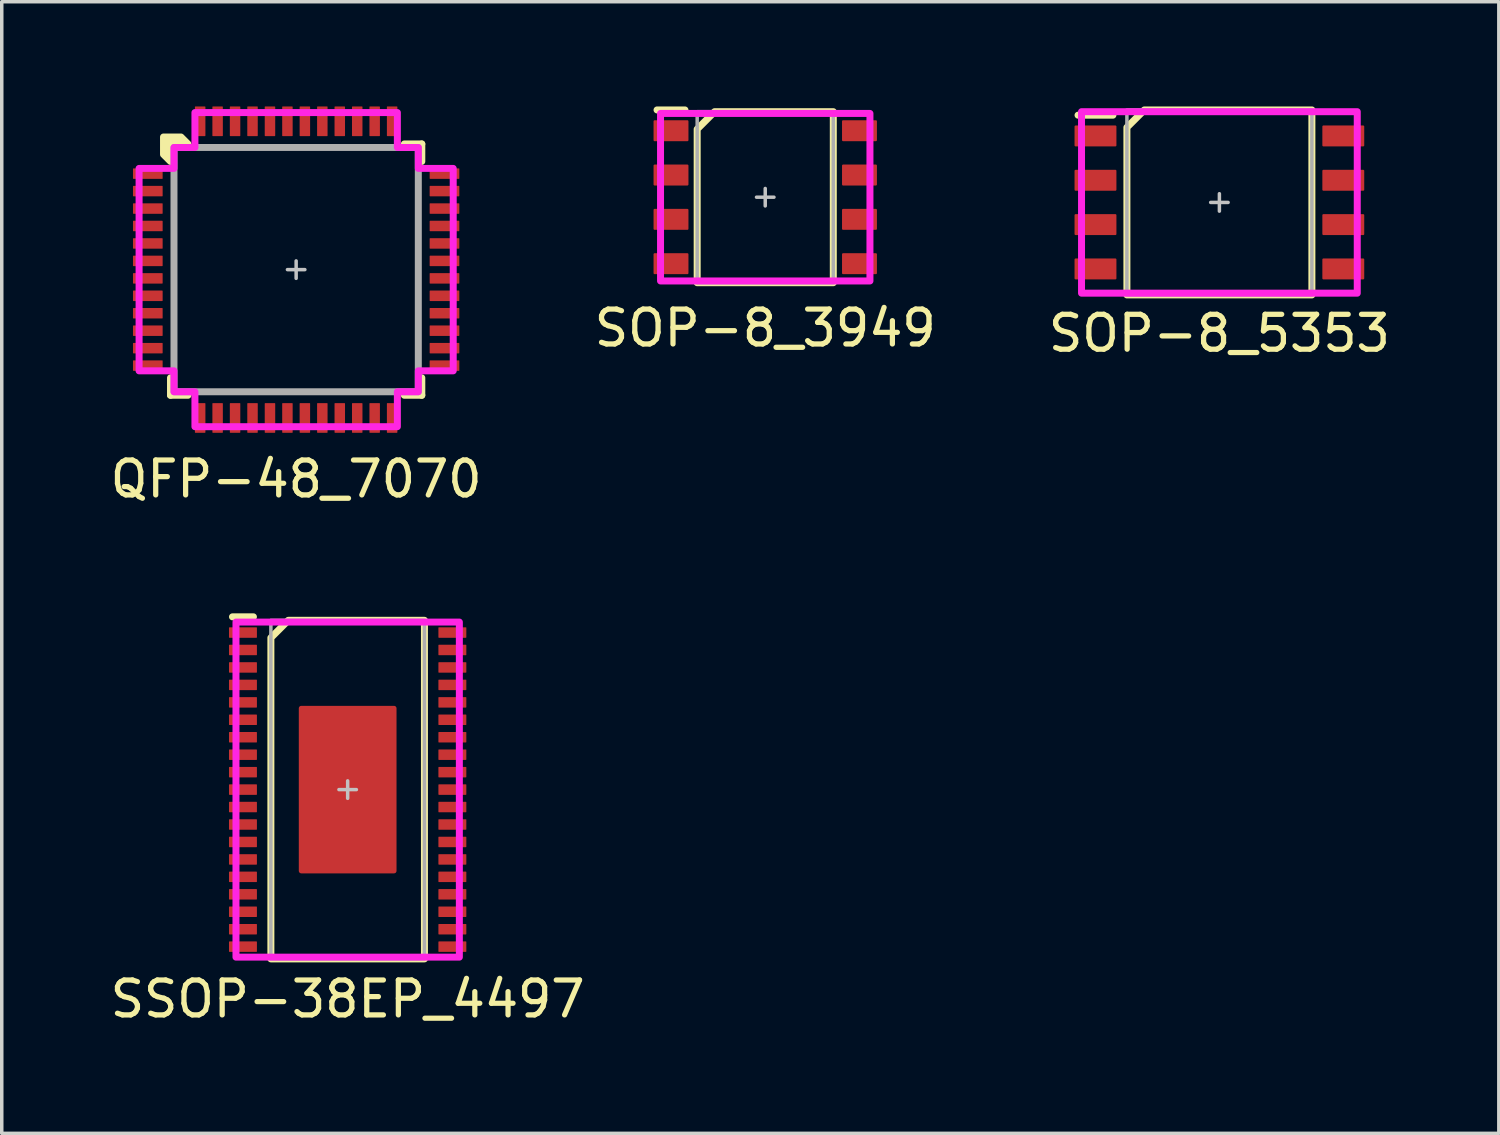
<source format=kicad_pcb>
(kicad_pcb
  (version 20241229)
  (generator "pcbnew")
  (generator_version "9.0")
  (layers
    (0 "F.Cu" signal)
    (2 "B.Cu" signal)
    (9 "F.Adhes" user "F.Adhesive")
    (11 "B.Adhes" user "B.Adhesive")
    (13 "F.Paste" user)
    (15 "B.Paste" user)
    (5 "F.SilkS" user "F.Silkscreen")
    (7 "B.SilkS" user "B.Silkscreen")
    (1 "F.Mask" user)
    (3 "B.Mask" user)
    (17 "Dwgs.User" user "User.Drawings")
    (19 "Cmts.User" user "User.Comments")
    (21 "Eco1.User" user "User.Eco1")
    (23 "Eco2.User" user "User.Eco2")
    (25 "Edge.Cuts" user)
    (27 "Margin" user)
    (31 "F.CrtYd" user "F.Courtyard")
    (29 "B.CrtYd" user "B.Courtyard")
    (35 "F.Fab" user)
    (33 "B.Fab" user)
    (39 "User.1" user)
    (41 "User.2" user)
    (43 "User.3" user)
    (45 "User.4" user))
  (footprint "SSOP-38EP_4497"
    (layer "F.Cu")
    (at 6.911 19.573)
    (property "Reference" "SSOP-38EP_4497" (at 0 6 0) (unlocked yes) (layer "F.SilkS") (effects (font (size 1 1) (thickness 0.15))))
    (attr smd)
    (fp_line (start -2.7 -4.95) (end -3.3 -4.95) (stroke (width 0.2) (type solid)) (layer "F.SilkS"))
    (fp_poly (pts (xy 2.2 4.85) (xy -2.2 4.85) (xy -2.2 -4.35) (xy -1.7 -4.85) (xy 2.2 -4.85)) (stroke (width 0.2) (type solid)) (fill no) (layer "F.SilkS"))
    (fp_rect (start -1.25 -2.25) (end -0.15 -1.35) (stroke (width 0) (type solid)) (fill yes) (layer "F.Paste"))
    (fp_rect (start -1.25 -1.05) (end -0.15 -0.15) (stroke (width 0) (type solid)) (fill yes) (layer "F.Paste"))
    (fp_rect (start -1.25 0.15) (end -0.15 1.05) (stroke (width 0) (type solid)) (fill yes) (layer "F.Paste"))
    (fp_rect (start -1.25 1.35) (end -0.15 2.25) (stroke (width 0) (type solid)) (fill yes) (layer "F.Paste"))
    (fp_rect (start 0.15 -2.25) (end 1.25 -1.35) (stroke (width 0) (type solid)) (fill yes) (layer "F.Paste"))
    (fp_rect (start 0.15 -1.05) (end 1.25 -0.15) (stroke (width 0) (type solid)) (fill yes) (layer "F.Paste"))
    (fp_rect (start 0.15 0.15) (end 1.25 1.05) (stroke (width 0) (type solid)) (fill yes) (layer "F.Paste"))
    (fp_rect (start 0.15 1.35) (end 1.25 2.25) (stroke (width 0) (type solid)) (fill yes) (layer "F.Paste"))
    (fp_line (start -0.25 0) (end 0.25 0) (stroke (width 0.1) (type solid)) (layer "Dwgs.User"))
    (fp_line (start 0 0.25) (end 0 -0.25) (stroke (width 0.1) (type solid)) (layer "Dwgs.User"))
    (fp_rect (start -3.2 -4.8) (end 3.2 4.8) (stroke (width 0.2) (type solid)) (fill no) (layer "F.CrtYd"))
    (fp_rect (start -2.2 -4.85) (end 2.2 4.85) (stroke (width 0.1) (type solid)) (fill no) (layer "F.Fab"))
    (pad "1" smd roundrect (at -3 -4.5) (size 0.8 0.3) (layers "F.Cu" "F.Mask" "F.Paste") (roundrect_rratio 0.05))
    (pad "2" smd roundrect (at -3 -4) (size 0.8 0.3) (layers "F.Cu" "F.Mask" "F.Paste") (roundrect_rratio 0.05))
    (pad "3" smd roundrect (at -3 -3.5) (size 0.8 0.3) (layers "F.Cu" "F.Mask" "F.Paste") (roundrect_rratio 0.05))
    (pad "4" smd roundrect (at -3 -3) (size 0.8 0.3) (layers "F.Cu" "F.Mask" "F.Paste") (roundrect_rratio 0.05))
    (pad "5" smd roundrect (at -3 -2.5) (size 0.8 0.3) (layers "F.Cu" "F.Mask" "F.Paste") (roundrect_rratio 0.05))
    (pad "6" smd roundrect (at -3 -2) (size 0.8 0.3) (layers "F.Cu" "F.Mask" "F.Paste") (roundrect_rratio 0.05))
    (pad "7" smd roundrect (at -3 -1.5) (size 0.8 0.3) (layers "F.Cu" "F.Mask" "F.Paste") (roundrect_rratio 0.05))
    (pad "8" smd roundrect (at -3 -1) (size 0.8 0.3) (layers "F.Cu" "F.Mask" "F.Paste") (roundrect_rratio 0.05))
    (pad "9" smd roundrect (at -3 -0.5) (size 0.8 0.3) (layers "F.Cu" "F.Mask" "F.Paste") (roundrect_rratio 0.05))
    (pad "10" smd roundrect (at -3 0) (size 0.8 0.3) (layers "F.Cu" "F.Mask" "F.Paste") (roundrect_rratio 0.05))
    (pad "11" smd roundrect (at -3 0.5) (size 0.8 0.3) (layers "F.Cu" "F.Mask" "F.Paste") (roundrect_rratio 0.05))
    (pad "12" smd roundrect (at -3 1) (size 0.8 0.3) (layers "F.Cu" "F.Mask" "F.Paste") (roundrect_rratio 0.05))
    (pad "13" smd roundrect (at -3 1.5) (size 0.8 0.3) (layers "F.Cu" "F.Mask" "F.Paste") (roundrect_rratio 0.05))
    (pad "14" smd roundrect (at -3 2) (size 0.8 0.3) (layers "F.Cu" "F.Mask" "F.Paste") (roundrect_rratio 0.05))
    (pad "15" smd roundrect (at -3 2.5) (size 0.8 0.3) (layers "F.Cu" "F.Mask" "F.Paste") (roundrect_rratio 0.05))
    (pad "16" smd roundrect (at -3 3) (size 0.8 0.3) (layers "F.Cu" "F.Mask" "F.Paste") (roundrect_rratio 0.05))
    (pad "17" smd roundrect (at -3 3.5) (size 0.8 0.3) (layers "F.Cu" "F.Mask" "F.Paste") (roundrect_rratio 0.05))
    (pad "18" smd roundrect (at -3 4) (size 0.8 0.3) (layers "F.Cu" "F.Mask" "F.Paste") (roundrect_rratio 0.05))
    (pad "19" smd roundrect (at -3 4.5) (size 0.8 0.3) (layers "F.Cu" "F.Mask" "F.Paste") (roundrect_rratio 0.05))
    (pad "20" smd roundrect (at 3 4.5) (size 0.8 0.3) (layers "F.Cu" "F.Mask" "F.Paste") (roundrect_rratio 0.05))
    (pad "21" smd roundrect (at 3 4) (size 0.8 0.3) (layers "F.Cu" "F.Mask" "F.Paste") (roundrect_rratio 0.05))
    (pad "22" smd roundrect (at 3 3.5) (size 0.8 0.3) (layers "F.Cu" "F.Mask" "F.Paste") (roundrect_rratio 0.05))
    (pad "23" smd roundrect (at 3 3) (size 0.8 0.3) (layers "F.Cu" "F.Mask" "F.Paste") (roundrect_rratio 0.05))
    (pad "24" smd roundrect (at 3 2.5) (size 0.8 0.3) (layers "F.Cu" "F.Mask" "F.Paste") (roundrect_rratio 0.05))
    (pad "25" smd roundrect (at 3 2) (size 0.8 0.3) (layers "F.Cu" "F.Mask" "F.Paste") (roundrect_rratio 0.05))
    (pad "26" smd roundrect (at 3 1.5) (size 0.8 0.3) (layers "F.Cu" "F.Mask" "F.Paste") (roundrect_rratio 0.05))
    (pad "27" smd roundrect (at 3 1) (size 0.8 0.3) (layers "F.Cu" "F.Mask" "F.Paste") (roundrect_rratio 0.05))
    (pad "28" smd roundrect (at 3 0.5) (size 0.8 0.3) (layers "F.Cu" "F.Mask" "F.Paste") (roundrect_rratio 0.05))
    (pad "29" smd roundrect (at 3 0) (size 0.8 0.3) (layers "F.Cu" "F.Mask" "F.Paste") (roundrect_rratio 0.05))
    (pad "30" smd roundrect (at 3 -0.5) (size 0.8 0.3) (layers "F.Cu" "F.Mask" "F.Paste") (roundrect_rratio 0.05))
    (pad "31" smd roundrect (at 3 -1) (size 0.8 0.3) (layers "F.Cu" "F.Mask" "F.Paste") (roundrect_rratio 0.05))
    (pad "32" smd roundrect (at 3 -1.5) (size 0.8 0.3) (layers "F.Cu" "F.Mask" "F.Paste") (roundrect_rratio 0.05))
    (pad "33" smd roundrect (at 3 -2) (size 0.8 0.3) (layers "F.Cu" "F.Mask" "F.Paste") (roundrect_rratio 0.05))
    (pad "34" smd roundrect (at 3 -2.5) (size 0.8 0.3) (layers "F.Cu" "F.Mask" "F.Paste") (roundrect_rratio 0.05))
    (pad "35" smd roundrect (at 3 -3) (size 0.8 0.3) (layers "F.Cu" "F.Mask" "F.Paste") (roundrect_rratio 0.05))
    (pad "36" smd roundrect (at 3 -3.5) (size 0.8 0.3) (layers "F.Cu" "F.Mask" "F.Paste") (roundrect_rratio 0.05))
    (pad "37" smd roundrect (at 3 -4) (size 0.8 0.3) (layers "F.Cu" "F.Mask" "F.Paste") (roundrect_rratio 0.05))
    (pad "38" smd roundrect (at 3 -4.5) (size 0.8 0.3) (layers "F.Cu" "F.Mask" "F.Paste") (roundrect_rratio 0.05))
    (pad "EP" smd roundrect (at 0 0 90) (size 4.8 2.8) (layers "F.Cu" "F.Mask") (roundrect_rratio 0.025)))
  (footprint "QFP-48_7070"
    (layer "F.Cu")
    (at 5.435 4.675)
    (property "Reference" "QFP-48_7070" (at 0 6 0) (unlocked yes) (layer "F.SilkS") (effects (font (size 1 1) (thickness 0.15))))
    (attr smd)
    (fp_line (start -3.6 3.1) (end -3.6 3.6) (stroke (width 0.2) (type solid)) (layer "F.SilkS"))
    (fp_line (start -3.6 3.6) (end -3.1 3.6) (stroke (width 0.2) (type solid)) (layer "F.SilkS"))
    (fp_line (start 3.1 3.6) (end 3.6 3.6) (stroke (width 0.2) (type solid)) (layer "F.SilkS"))
    (fp_line (start 3.6 -3.6) (end 3.1 -3.6) (stroke (width 0.2) (type solid)) (layer "F.SilkS"))
    (fp_line (start 3.6 -3.1) (end 3.6 -3.6) (stroke (width 0.2) (type solid)) (layer "F.SilkS"))
    (fp_line (start 3.6 3.6) (end 3.6 3.1) (stroke (width 0.2) (type solid)) (layer "F.SilkS"))
    (fp_poly (pts (xy -3.1 -3.6) (xy -3.6 -3.6) (xy -3.6 -3.1) (xy -3.8 -3.3) (xy -3.8 -3.8) (xy -3.3 -3.8)) (stroke (width 0.2) (type solid)) (fill yes) (layer "F.SilkS"))
    (fp_line (start -0.25 0) (end 0.25 0) (stroke (width 0.1) (type solid)) (layer "Dwgs.User"))
    (fp_line (start 0 -0.25) (end 0 0.25) (stroke (width 0.1) (type solid)) (layer "Dwgs.User"))
    (fp_poly (pts (xy 2.9 -3.5) (xy 3.5 -3.5) (xy 3.5 -2.9) (xy 4.5 -2.9) (xy 4.5 2.9) (xy 3.5 2.9) (xy 3.5 3.5) (xy 2.9 3.5) (xy 2.9 4.5) (xy -2.9 4.5) (xy -2.9 3.5) (xy -3.5 3.5) (xy -3.5 2.9) (xy -4.5 2.9) (xy -4.5 -2.9) (xy -3.5 -2.9) (xy -3.5 -3.5) (xy -2.9 -3.5) (xy -2.9 -4.5) (xy 2.9 -4.5)) (stroke (width 0.2) (type solid)) (fill no) (layer "F.CrtYd"))
    (fp_rect (start -3.5 -3.5) (end 3.5 3.5) (stroke (width 0.2) (type solid)) (fill no) (layer "F.Fab"))
    (pad "1" smd roundrect (at -4.25 -2.75) (size 0.85 0.3) (layers "F.Cu" "F.Mask" "F.Paste") (roundrect_rratio 0.05))
    (pad "2" smd roundrect (at -4.25 -2.25) (size 0.85 0.3) (layers "F.Cu" "F.Mask" "F.Paste") (roundrect_rratio 0.05))
    (pad "3" smd roundrect (at -4.25 -1.75) (size 0.85 0.3) (layers "F.Cu" "F.Mask" "F.Paste") (roundrect_rratio 0.05))
    (pad "4" smd roundrect (at -4.25 -1.25) (size 0.85 0.3) (layers "F.Cu" "F.Mask" "F.Paste") (roundrect_rratio 0.05))
    (pad "5" smd roundrect (at -4.25 -0.75) (size 0.85 0.3) (layers "F.Cu" "F.Mask" "F.Paste") (roundrect_rratio 0.05))
    (pad "6" smd roundrect (at -4.25 -0.25) (size 0.85 0.3) (layers "F.Cu" "F.Mask" "F.Paste") (roundrect_rratio 0.05))
    (pad "7" smd roundrect (at -4.25 0.25) (size 0.85 0.3) (layers "F.Cu" "F.Mask" "F.Paste") (roundrect_rratio 0.05))
    (pad "8" smd roundrect (at -4.25 0.75) (size 0.85 0.3) (layers "F.Cu" "F.Mask" "F.Paste") (roundrect_rratio 0.05))
    (pad "9" smd roundrect (at -4.25 1.25) (size 0.85 0.3) (layers "F.Cu" "F.Mask" "F.Paste") (roundrect_rratio 0.05))
    (pad "10" smd roundrect (at -4.25 1.75) (size 0.85 0.3) (layers "F.Cu" "F.Mask" "F.Paste") (roundrect_rratio 0.05))
    (pad "11" smd roundrect (at -4.25 2.25) (size 0.85 0.3) (layers "F.Cu" "F.Mask" "F.Paste") (roundrect_rratio 0.05))
    (pad "12" smd roundrect (at -4.25 2.75) (size 0.85 0.3) (layers "F.Cu" "F.Mask" "F.Paste") (roundrect_rratio 0.05))
    (pad "13" smd roundrect (at -2.75 4.25 90) (size 0.85 0.3) (layers "F.Cu" "F.Mask" "F.Paste") (roundrect_rratio 0.05))
    (pad "14" smd roundrect (at -2.25 4.25 90) (size 0.85 0.3) (layers "F.Cu" "F.Mask" "F.Paste") (roundrect_rratio 0.05))
    (pad "15" smd roundrect (at -1.75 4.25 90) (size 0.85 0.3) (layers "F.Cu" "F.Mask" "F.Paste") (roundrect_rratio 0.05))
    (pad "16" smd roundrect (at -1.25 4.25 90) (size 0.85 0.3) (layers "F.Cu" "F.Mask" "F.Paste") (roundrect_rratio 0.05))
    (pad "17" smd roundrect (at -0.75 4.25 90) (size 0.85 0.3) (layers "F.Cu" "F.Mask" "F.Paste") (roundrect_rratio 0.05))
    (pad "18" smd roundrect (at -0.25 4.25 90) (size 0.85 0.3) (layers "F.Cu" "F.Mask" "F.Paste") (roundrect_rratio 0.05))
    (pad "19" smd roundrect (at 0.25 4.25 90) (size 0.85 0.3) (layers "F.Cu" "F.Mask" "F.Paste") (roundrect_rratio 0.05))
    (pad "20" smd roundrect (at 0.75 4.25 90) (size 0.85 0.3) (layers "F.Cu" "F.Mask" "F.Paste") (roundrect_rratio 0.05))
    (pad "21" smd roundrect (at 1.25 4.25 90) (size 0.85 0.3) (layers "F.Cu" "F.Mask" "F.Paste") (roundrect_rratio 0.05))
    (pad "22" smd roundrect (at 1.75 4.25 90) (size 0.85 0.3) (layers "F.Cu" "F.Mask" "F.Paste") (roundrect_rratio 0.05))
    (pad "23" smd roundrect (at 2.25 4.25 90) (size 0.85 0.3) (layers "F.Cu" "F.Mask" "F.Paste") (roundrect_rratio 0.05))
    (pad "24" smd roundrect (at 2.75 4.25 90) (size 0.85 0.3) (layers "F.Cu" "F.Mask" "F.Paste") (roundrect_rratio 0.05))
    (pad "25" smd roundrect (at 4.25 2.75) (size 0.85 0.3) (layers "F.Cu" "F.Mask" "F.Paste") (roundrect_rratio 0.05))
    (pad "26" smd roundrect (at 4.25 2.25) (size 0.85 0.3) (layers "F.Cu" "F.Mask" "F.Paste") (roundrect_rratio 0.05))
    (pad "27" smd roundrect (at 4.25 1.75) (size 0.85 0.3) (layers "F.Cu" "F.Mask" "F.Paste") (roundrect_rratio 0.05))
    (pad "28" smd roundrect (at 4.25 1.25) (size 0.85 0.3) (layers "F.Cu" "F.Mask" "F.Paste") (roundrect_rratio 0.05))
    (pad "29" smd roundrect (at 4.25 0.75) (size 0.85 0.3) (layers "F.Cu" "F.Mask" "F.Paste") (roundrect_rratio 0.05))
    (pad "30" smd roundrect (at 4.25 0.25) (size 0.85 0.3) (layers "F.Cu" "F.Mask" "F.Paste") (roundrect_rratio 0.05))
    (pad "31" smd roundrect (at 4.25 -0.25) (size 0.85 0.3) (layers "F.Cu" "F.Mask" "F.Paste") (roundrect_rratio 0.05))
    (pad "32" smd roundrect (at 4.25 -0.75) (size 0.85 0.3) (layers "F.Cu" "F.Mask" "F.Paste") (roundrect_rratio 0.05))
    (pad "33" smd roundrect (at 4.25 -1.25) (size 0.85 0.3) (layers "F.Cu" "F.Mask" "F.Paste") (roundrect_rratio 0.05))
    (pad "34" smd roundrect (at 4.25 -1.75) (size 0.85 0.3) (layers "F.Cu" "F.Mask" "F.Paste") (roundrect_rratio 0.05))
    (pad "35" smd roundrect (at 4.25 -2.25) (size 0.85 0.3) (layers "F.Cu" "F.Mask" "F.Paste") (roundrect_rratio 0.05))
    (pad "36" smd roundrect (at 4.25 -2.75) (size 0.85 0.3) (layers "F.Cu" "F.Mask" "F.Paste") (roundrect_rratio 0.05))
    (pad "37" smd roundrect (at 2.75 -4.25 90) (size 0.85 0.3) (layers "F.Cu" "F.Mask" "F.Paste") (roundrect_rratio 0.05))
    (pad "38" smd roundrect (at 2.25 -4.25 90) (size 0.85 0.3) (layers "F.Cu" "F.Mask" "F.Paste") (roundrect_rratio 0.05))
    (pad "39" smd roundrect (at 1.75 -4.25 90) (size 0.85 0.3) (layers "F.Cu" "F.Mask" "F.Paste") (roundrect_rratio 0.05))
    (pad "40" smd roundrect (at 1.25 -4.25 90) (size 0.85 0.3) (layers "F.Cu" "F.Mask" "F.Paste") (roundrect_rratio 0.05))
    (pad "41" smd roundrect (at 0.75 -4.25 90) (size 0.85 0.3) (layers "F.Cu" "F.Mask" "F.Paste") (roundrect_rratio 0.05))
    (pad "42" smd roundrect (at 0.25 -4.25 90) (size 0.85 0.3) (layers "F.Cu" "F.Mask" "F.Paste") (roundrect_rratio 0.05))
    (pad "43" smd roundrect (at -0.25 -4.25 90) (size 0.85 0.3) (layers "F.Cu" "F.Mask" "F.Paste") (roundrect_rratio 0.05))
    (pad "44" smd roundrect (at -0.75 -4.25 90) (size 0.85 0.3) (layers "F.Cu" "F.Mask" "F.Paste") (roundrect_rratio 0.05))
    (pad "45" smd roundrect (at -1.25 -4.25 90) (size 0.85 0.3) (layers "F.Cu" "F.Mask" "F.Paste") (roundrect_rratio 0.05))
    (pad "46" smd roundrect (at -1.75 -4.25 90) (size 0.85 0.3) (layers "F.Cu" "F.Mask" "F.Paste") (roundrect_rratio 0.05))
    (pad "47" smd roundrect (at -2.25 -4.25 90) (size 0.85 0.3) (layers "F.Cu" "F.Mask" "F.Paste") (roundrect_rratio 0.05))
    (pad "48" smd roundrect (at -2.75 -4.25 90) (size 0.85 0.3) (layers "F.Cu" "F.Mask" "F.Paste") (roundrect_rratio 0.05)))
  (footprint "SOP-8_5353"
    (layer "F.Cu")
    (at 31.887 2.75)
    (property "Reference" "SOP-8_5353" (at 0 3.75 0) (unlocked yes) (layer "F.SilkS") (effects (font (size 1 1) (thickness 0.15))))
    (attr smd)
    (fp_line (start -4.05 -2.5) (end -3.05 -2.5) (stroke (width 0.2) (type solid)) (layer "F.SilkS"))
    (fp_poly (pts (xy 2.65 2.65) (xy -2.65 2.65) (xy -2.65 -2.15) (xy -2.15 -2.65) (xy 2.65 -2.65)) (stroke (width 0.2) (type solid)) (fill no) (layer "F.SilkS"))
    (fp_line (start -0.25 0) (end 0.25 0) (stroke (width 0.1) (type solid)) (layer "Dwgs.User"))
    (fp_line (start 0 0.25) (end 0 -0.25) (stroke (width 0.1) (type solid)) (layer "Dwgs.User"))
    (fp_rect (start -3.95 -2.6) (end 3.95 2.6) (stroke (width 0.2) (type solid)) (fill no) (layer "F.CrtYd"))
    (fp_rect (start -2.65 -2.65) (end 2.65 2.65) (stroke (width 0.1) (type solid)) (fill no) (layer "F.Fab"))
    (pad "1" smd roundrect (at -3.55 -1.905) (size 1.2 0.6) (layers "F.Cu" "F.Mask" "F.Paste") (roundrect_rratio 0.05))
    (pad "2" smd roundrect (at -3.55 -0.635) (size 1.2 0.6) (layers "F.Cu" "F.Mask" "F.Paste") (roundrect_rratio 0.05))
    (pad "3" smd roundrect (at -3.55 0.635) (size 1.2 0.6) (layers "F.Cu" "F.Mask" "F.Paste") (roundrect_rratio 0.05))
    (pad "4" smd roundrect (at -3.55 1.905) (size 1.2 0.6) (layers "F.Cu" "F.Mask" "F.Paste") (roundrect_rratio 0.05))
    (pad "5" smd roundrect (at 3.55 1.905) (size 1.2 0.6) (layers "F.Cu" "F.Mask" "F.Paste") (roundrect_rratio 0.05))
    (pad "6" smd roundrect (at 3.55 0.635) (size 1.2 0.6) (layers "F.Cu" "F.Mask" "F.Paste") (roundrect_rratio 0.05))
    (pad "7" smd roundrect (at 3.55 -0.635) (size 1.2 0.6) (layers "F.Cu" "F.Mask" "F.Paste") (roundrect_rratio 0.05))
    (pad "8" smd roundrect (at 3.55 -1.905) (size 1.2 0.6) (layers "F.Cu" "F.Mask" "F.Paste") (roundrect_rratio 0.05)))
  (footprint "SOP-8_3949"
    (layer "F.Cu")
    (at 18.875 2.6)
    (property "Reference" "SOP-8_3949" (at 0 3.75 0) (unlocked yes) (layer "F.SilkS") (effects (font (size 1 1) (thickness 0.15))))
    (attr smd)
    (fp_line (start -3.1 -2.5) (end -2.3 -2.5) (stroke (width 0.2) (type solid)) (layer "F.SilkS"))
    (fp_poly (pts (xy 1.95 2.45) (xy -1.95 2.45) (xy -1.95 -1.95) (xy -1.45 -2.45) (xy 1.95 -2.45)) (stroke (width 0.2) (type solid)) (fill no) (layer "F.SilkS"))
    (fp_line (start -0.25 0) (end 0.25 0) (stroke (width 0.1) (type solid)) (layer "Dwgs.User"))
    (fp_line (start 0 0.25) (end 0 -0.25) (stroke (width 0.1) (type solid)) (layer "Dwgs.User"))
    (fp_rect (start -3 -2.4) (end 3 2.4) (stroke (width 0.2) (type solid)) (fill no) (layer "F.CrtYd"))
    (fp_rect (start -1.95 -2.45) (end 1.95 2.45) (stroke (width 0.1) (type solid)) (fill no) (layer "F.Fab"))
    (pad "1" smd roundrect (at -2.7 -1.905) (size 1 0.6) (layers "F.Cu" "F.Mask" "F.Paste") (roundrect_rratio 0.05))
    (pad "2" smd roundrect (at -2.7 -0.635) (size 1 0.6) (layers "F.Cu" "F.Mask" "F.Paste") (roundrect_rratio 0.05))
    (pad "3" smd roundrect (at -2.7 0.635) (size 1 0.6) (layers "F.Cu" "F.Mask" "F.Paste") (roundrect_rratio 0.05))
    (pad "4" smd roundrect (at -2.7 1.905) (size 1 0.6) (layers "F.Cu" "F.Mask" "F.Paste") (roundrect_rratio 0.05))
    (pad "5" smd roundrect (at 2.7 1.905) (size 1 0.6) (layers "F.Cu" "F.Mask" "F.Paste") (roundrect_rratio 0.05))
    (pad "6" smd roundrect (at 2.7 0.635) (size 1 0.6) (layers "F.Cu" "F.Mask" "F.Paste") (roundrect_rratio 0.05))
    (pad "7" smd roundrect (at 2.7 -0.635) (size 1 0.6) (layers "F.Cu" "F.Mask" "F.Paste") (roundrect_rratio 0.05))
    (pad "8" smd roundrect (at 2.7 -1.905) (size 1 0.6) (layers "F.Cu" "F.Mask" "F.Paste") (roundrect_rratio 0.05)))
  (gr_rect
    (start -3 -3)
    (end 39.893 29.422)
    (stroke (width 0.1) (type default))
    (fill no)
    (layer "Edge.Cuts")))
</source>
